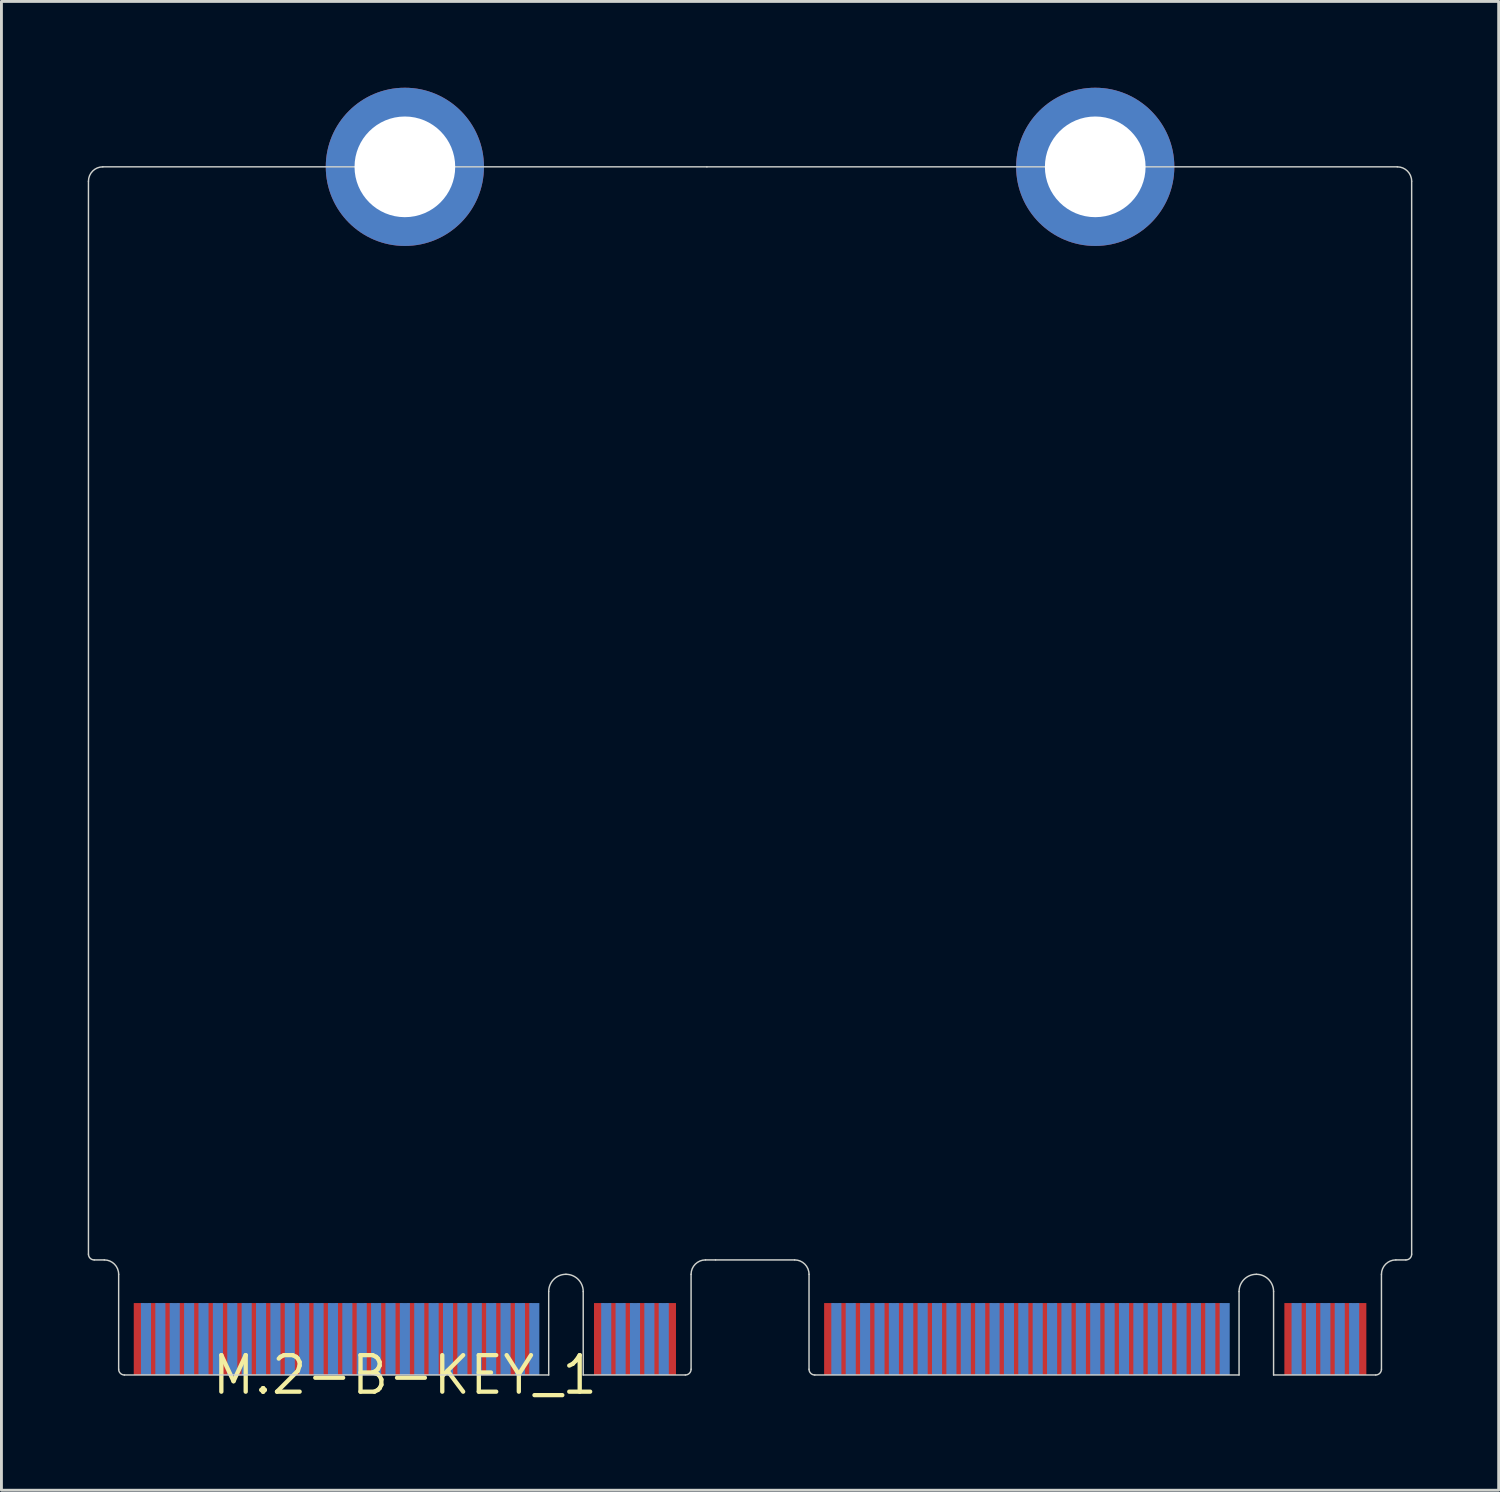
<source format=kicad_pcb>
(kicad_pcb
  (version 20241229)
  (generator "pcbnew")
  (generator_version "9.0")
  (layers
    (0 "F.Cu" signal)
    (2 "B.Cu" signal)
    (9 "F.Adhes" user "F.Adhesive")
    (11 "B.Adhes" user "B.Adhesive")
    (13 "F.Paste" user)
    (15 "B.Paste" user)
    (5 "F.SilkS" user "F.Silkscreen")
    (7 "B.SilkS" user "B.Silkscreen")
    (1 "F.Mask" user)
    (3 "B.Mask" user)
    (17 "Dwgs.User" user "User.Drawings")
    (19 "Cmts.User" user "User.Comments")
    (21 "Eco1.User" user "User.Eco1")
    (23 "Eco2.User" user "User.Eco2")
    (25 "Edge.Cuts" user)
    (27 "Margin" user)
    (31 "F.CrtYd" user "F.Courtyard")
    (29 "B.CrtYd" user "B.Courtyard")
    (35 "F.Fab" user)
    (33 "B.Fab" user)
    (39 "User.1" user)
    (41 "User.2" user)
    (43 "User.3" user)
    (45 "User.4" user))
  (footprint "M.2-B-KEY_1"
    (layer "F.Cu")
    (at 11.025 44.75)
    (property "Reference" "M.2-B-KEY_1" (at 0 0 0) (layer "F.SilkS") (effects (font (size 1.27 1.27) (thickness 0.15))))
    (attr through_hole)
    (fp_line (start -11 -41.5) (end -11 -4.2) (stroke (width 0.05) (type solid)) (layer "Edge.Cuts"))
    (fp_line (start -10.8 -4) (end -10.45 -4) (stroke (width 0.05) (type solid)) (layer "Edge.Cuts"))
    (fp_line (start -9.95 -3.5) (end -9.95 -0.2) (stroke (width 0.05) (type solid)) (layer "Edge.Cuts"))
    (fp_line (start -9.75 0) (end 5 0) (stroke (width 0.05) (type solid)) (layer "Edge.Cuts"))
    (fp_line (start 5 -2.9) (end 5 0) (stroke (width 0.05) (type solid)) (layer "Edge.Cuts"))
    (fp_line (start 6.2 -2.9) (end 6.2 0) (stroke (width 0.05) (type solid)) (layer "Edge.Cuts"))
    (fp_line (start 6.2 0) (end 9.75 0) (stroke (width 0.05) (type solid)) (layer "Edge.Cuts"))
    (fp_line (start 9.95 -0.2) (end 9.95 -3.5) (stroke (width 0.05) (type solid)) (layer "Edge.Cuts"))
    (fp_line (start 10.45 -4) (end 10.8 -4) (stroke (width 0.05) (type solid)) (layer "Edge.Cuts"))
    (fp_line (start 10.5 -42) (end -10.5 -42) (stroke (width 0.05) (type solid)) (layer "Edge.Cuts"))
    (fp_line (start 10.8 -4) (end 13.55 -4) (stroke (width 0.05) (type solid)) (layer "Edge.Cuts"))
    (fp_line (start 14.05 -3.5) (end 14.05 -0.2) (stroke (width 0.05) (type solid)) (layer "Edge.Cuts"))
    (fp_line (start 14.25 0) (end 29 0) (stroke (width 0.05) (type solid)) (layer "Edge.Cuts"))
    (fp_line (start 29 -2.9) (end 29 0) (stroke (width 0.05) (type solid)) (layer "Edge.Cuts"))
    (fp_line (start 30.2 -2.9) (end 30.2 0) (stroke (width 0.05) (type solid)) (layer "Edge.Cuts"))
    (fp_line (start 30.2 0) (end 33.75 0) (stroke (width 0.05) (type solid)) (layer "Edge.Cuts"))
    (fp_line (start 33.95 -0.2) (end 33.95 -3.5) (stroke (width 0.05) (type solid)) (layer "Edge.Cuts"))
    (fp_line (start 34.45 -4) (end 34.8 -4) (stroke (width 0.05) (type solid)) (layer "Edge.Cuts"))
    (fp_line (start 34.5 -42) (end 10.5 -42) (stroke (width 0.05) (type solid)) (layer "Edge.Cuts"))
    (fp_line (start 35 -4.2) (end 35 -41.5) (stroke (width 0.05) (type solid)) (layer "Edge.Cuts"))
    (fp_arc (start -11 -41.5) (mid -10.853553 -41.853553) (end -10.5 -42) (stroke (width 0.05) (type solid)) (layer "Edge.Cuts"))
    (fp_arc (start -10.8 -4) (mid -10.941421 -4.058579) (end -11 -4.2) (stroke (width 0.05) (type solid)) (layer "Edge.Cuts"))
    (fp_arc (start -10.45 -4) (mid -10.096447 -3.853553) (end -9.95 -3.5) (stroke (width 0.05) (type solid)) (layer "Edge.Cuts"))
    (fp_arc (start -9.75 0) (mid -9.891421 -0.058579) (end -9.95 -0.2) (stroke (width 0.05) (type solid)) (layer "Edge.Cuts"))
    (fp_arc (start 5 -2.9) (mid 5.175736 -3.324264) (end 5.6 -3.5) (stroke (width 0.05) (type solid)) (layer "Edge.Cuts"))
    (fp_arc (start 5.6 -3.5) (mid 6.024264 -3.324264) (end 6.2 -2.9) (stroke (width 0.05) (type solid)) (layer "Edge.Cuts"))
    (fp_arc (start 9.95 -3.5) (mid 10.096447 -3.853553) (end 10.45 -4) (stroke (width 0.05) (type solid)) (layer "Edge.Cuts"))
    (fp_arc (start 9.95 -0.2) (mid 9.891421 -0.058579) (end 9.75 0) (stroke (width 0.05) (type solid)) (layer "Edge.Cuts"))
    (fp_arc (start 13.55 -4) (mid 13.903553 -3.853553) (end 14.05 -3.5) (stroke (width 0.05) (type solid)) (layer "Edge.Cuts"))
    (fp_arc (start 14.25 0) (mid 14.10858 -0.058579) (end 14.05 -0.2) (stroke (width 0.05) (type solid)) (layer "Edge.Cuts"))
    (fp_arc (start 29 -2.9) (mid 29.175736 -3.324264) (end 29.6 -3.5) (stroke (width 0.05) (type solid)) (layer "Edge.Cuts"))
    (fp_arc (start 29.6 -3.5) (mid 30.024265 -3.324264) (end 30.2 -2.9) (stroke (width 0.05) (type solid)) (layer "Edge.Cuts"))
    (fp_arc (start 33.95 -3.5) (mid 34.096447 -3.853553) (end 34.45 -4) (stroke (width 0.05) (type solid)) (layer "Edge.Cuts"))
    (fp_arc (start 33.95 -0.2) (mid 33.891422 -0.058578) (end 33.75 0) (stroke (width 0.05) (type solid)) (layer "Edge.Cuts"))
    (fp_arc (start 34.5 -42) (mid 34.853554 -41.853554) (end 35 -41.5) (stroke (width 0.05) (type solid)) (layer "Edge.Cuts"))
    (fp_arc (start 35 -4.2) (mid 34.941422 -4.058578) (end 34.8 -4) (stroke (width 0.05) (type solid)) (layer "Edge.Cuts"))
    (pad "MP1" thru_hole circle (at 0 -42) (size 5.5 5.5) (drill 3.5) (layers "*.Cu" "*.Mask"))
    (pad "MP2" thru_hole circle (at 24 -42) (size 5.5 5.5) (drill 3.5) (layers "*.Cu" "*.Mask"))
    (pad "PA1" smd rect (at 33.25 -1.25) (size 0.35 2.5) (layers "F.Cu" "F.Mask" "F.Paste"))
    (pad "PA2" smd rect (at 33 -1.25) (size 0.35 2.5) (layers "B.Cu" "B.Mask" "B.Paste"))
    (pad "PA3" smd rect (at 32.75 -1.25) (size 0.35 2.5) (layers "F.Cu" "F.Mask" "F.Paste"))
    (pad "PA4" smd rect (at 32.5 -1.25) (size 0.35 2.5) (layers "B.Cu" "B.Mask" "B.Paste"))
    (pad "PA5" smd rect (at 32.25 -1.25) (size 0.35 2.5) (layers "F.Cu" "F.Mask" "F.Paste"))
    (pad "PA6" smd rect (at 32 -1.25) (size 0.35 2.5) (layers "B.Cu" "B.Mask" "B.Paste"))
    (pad "PA7" smd rect (at 31.75 -1.25) (size 0.35 2.5) (layers "F.Cu" "F.Mask" "F.Paste"))
    (pad "PA8" smd rect (at 31.5 -1.25) (size 0.35 2.5) (layers "B.Cu" "B.Mask" "B.Paste"))
    (pad "PA9" smd rect (at 31.25 -1.25) (size 0.35 2.5) (layers "F.Cu" "F.Mask" "F.Paste"))
    (pad "PA10" smd rect (at 31 -1.25) (size 0.35 2.5) (layers "B.Cu" "B.Mask" "B.Paste"))
    (pad "PA11" smd rect (at 30.75 -1.25) (size 0.35 2.5) (layers "F.Cu" "F.Mask" "F.Paste"))
    (pad "PA20" smd rect (at 28.5 -1.25) (size 0.35 2.5) (layers "B.Cu" "B.Mask" "B.Paste"))
    (pad "PA21" smd rect (at 28.25 -1.25) (size 0.35 2.5) (layers "F.Cu" "F.Mask" "F.Paste"))
    (pad "PA22" smd rect (at 28 -1.25) (size 0.35 2.5) (layers "B.Cu" "B.Mask" "B.Paste"))
    (pad "PA23" smd rect (at 27.75 -1.25) (size 0.35 2.5) (layers "F.Cu" "F.Mask" "F.Paste"))
    (pad "PA24" smd rect (at 27.5 -1.25) (size 0.35 2.5) (layers "B.Cu" "B.Mask" "B.Paste"))
    (pad "PA25" smd rect (at 27.25 -1.25) (size 0.35 2.5) (layers "F.Cu" "F.Mask" "F.Paste"))
    (pad "PA26" smd rect (at 27 -1.25) (size 0.35 2.5) (layers "B.Cu" "B.Mask" "B.Paste"))
    (pad "PA27" smd rect (at 26.75 -1.25) (size 0.35 2.5) (layers "F.Cu" "F.Mask" "F.Paste"))
    (pad "PA28" smd rect (at 26.5 -1.25) (size 0.35 2.5) (layers "B.Cu" "B.Mask" "B.Paste"))
    (pad "PA29" smd rect (at 26.25 -1.25) (size 0.35 2.5) (layers "F.Cu" "F.Mask" "F.Paste"))
    (pad "PA30" smd rect (at 26 -1.25) (size 0.35 2.5) (layers "B.Cu" "B.Mask" "B.Paste"))
    (pad "PA31" smd rect (at 25.75 -1.25) (size 0.35 2.5) (layers "F.Cu" "F.Mask" "F.Paste"))
    (pad "PA32" smd rect (at 25.5 -1.25) (size 0.35 2.5) (layers "B.Cu" "B.Mask" "B.Paste"))
    (pad "PA33" smd rect (at 25.25 -1.25) (size 0.35 2.5) (layers "F.Cu" "F.Mask" "F.Paste"))
    (pad "PA34" smd rect (at 25 -1.25) (size 0.35 2.5) (layers "B.Cu" "B.Mask" "B.Paste"))
    (pad "PA35" smd rect (at 24.75 -1.25) (size 0.35 2.5) (layers "F.Cu" "F.Mask" "F.Paste"))
    (pad "PA36" smd rect (at 24.5 -1.25) (size 0.35 2.5) (layers "B.Cu" "B.Mask" "B.Paste"))
    (pad "PA37" smd rect (at 24.25 -1.25) (size 0.35 2.5) (layers "F.Cu" "F.Mask" "F.Paste"))
    (pad "PA38" smd rect (at 24 -1.25) (size 0.35 2.5) (layers "B.Cu" "B.Mask" "B.Paste"))
    (pad "PA39" smd rect (at 23.75 -1.25) (size 0.35 2.5) (layers "F.Cu" "F.Mask" "F.Paste"))
    (pad "PA40" smd rect (at 23.5 -1.25) (size 0.35 2.5) (layers "B.Cu" "B.Mask" "B.Paste"))
    (pad "PA41" smd rect (at 23.25 -1.25) (size 0.35 2.5) (layers "F.Cu" "F.Mask" "F.Paste"))
    (pad "PA42" smd rect (at 23 -1.25) (size 0.35 2.5) (layers "B.Cu" "B.Mask" "B.Paste"))
    (pad "PA43" smd rect (at 22.75 -1.25) (size 0.35 2.5) (layers "F.Cu" "F.Mask" "F.Paste"))
    (pad "PA44" smd rect (at 22.5 -1.25) (size 0.35 2.5) (layers "B.Cu" "B.Mask" "B.Paste"))
    (pad "PA45" smd rect (at 22.25 -1.25) (size 0.35 2.5) (layers "F.Cu" "F.Mask" "F.Paste"))
    (pad "PA46" smd rect (at 22 -1.25) (size 0.35 2.5) (layers "B.Cu" "B.Mask" "B.Paste"))
    (pad "PA47" smd rect (at 21.75 -1.25) (size 0.35 2.5) (layers "F.Cu" "F.Mask" "F.Paste"))
    (pad "PA48" smd rect (at 21.5 -1.25) (size 0.35 2.5) (layers "B.Cu" "B.Mask" "B.Paste"))
    (pad "PA49" smd rect (at 21.25 -1.25) (size 0.35 2.5) (layers "F.Cu" "F.Mask" "F.Paste"))
    (pad "PA50" smd rect (at 21 -1.25) (size 0.35 2.5) (layers "B.Cu" "B.Mask" "B.Paste"))
    (pad "PA51" smd rect (at 20.75 -1.25) (size 0.35 2.5) (layers "F.Cu" "F.Mask" "F.Paste"))
    (pad "PA52" smd rect (at 20.5 -1.25) (size 0.35 2.5) (layers "B.Cu" "B.Mask" "B.Paste"))
    (pad "PA53" smd rect (at 20.25 -1.25) (size 0.35 2.5) (layers "F.Cu" "F.Mask" "F.Paste"))
    (pad "PA54" smd rect (at 20 -1.25) (size 0.35 2.5) (layers "B.Cu" "B.Mask" "B.Paste"))
    (pad "PA55" smd rect (at 19.75 -1.25) (size 0.35 2.5) (layers "F.Cu" "F.Mask" "F.Paste"))
    (pad "PA56" smd rect (at 19.5 -1.25) (size 0.35 2.5) (layers "B.Cu" "B.Mask" "B.Paste"))
    (pad "PA57" smd rect (at 19.25 -1.25) (size 0.35 2.5) (layers "F.Cu" "F.Mask" "F.Paste"))
    (pad "PA58" smd rect (at 19 -1.25) (size 0.35 2.5) (layers "B.Cu" "B.Mask" "B.Paste"))
    (pad "PA59" smd rect (at 18.75 -1.25) (size 0.35 2.5) (layers "F.Cu" "F.Mask" "F.Paste"))
    (pad "PA60" smd rect (at 18.5 -1.25) (size 0.35 2.5) (layers "B.Cu" "B.Mask" "B.Paste"))
    (pad "PA61" smd rect (at 18.25 -1.25) (size 0.35 2.5) (layers "F.Cu" "F.Mask" "F.Paste"))
    (pad "PA62" smd rect (at 18 -1.25) (size 0.35 2.5) (layers "B.Cu" "B.Mask" "B.Paste"))
    (pad "PA63" smd rect (at 17.75 -1.25) (size 0.35 2.5) (layers "F.Cu" "F.Mask" "F.Paste"))
    (pad "PA64" smd rect (at 17.5 -1.25) (size 0.35 2.5) (layers "B.Cu" "B.Mask" "B.Paste"))
    (pad "PA65" smd rect (at 17.25 -1.25) (size 0.35 2.5) (layers "F.Cu" "F.Mask" "F.Paste"))
    (pad "PA66" smd rect (at 17 -1.25) (size 0.35 2.5) (layers "B.Cu" "B.Mask" "B.Paste"))
    (pad "PA67" smd rect (at 16.75 -1.25) (size 0.35 2.5) (layers "F.Cu" "F.Mask" "F.Paste"))
    (pad "PA68" smd rect (at 16.5 -1.25) (size 0.35 2.5) (layers "B.Cu" "B.Mask" "B.Paste"))
    (pad "PA69" smd rect (at 16.25 -1.25) (size 0.35 2.5) (layers "F.Cu" "F.Mask" "F.Paste"))
    (pad "PA70" smd rect (at 16 -1.25) (size 0.35 2.5) (layers "B.Cu" "B.Mask" "B.Paste"))
    (pad "PA71" smd rect (at 15.75 -1.25) (size 0.35 2.5) (layers "F.Cu" "F.Mask" "F.Paste"))
    (pad "PA72" smd rect (at 15.5 -1.25) (size 0.35 2.5) (layers "B.Cu" "B.Mask" "B.Paste"))
    (pad "PA73" smd rect (at 15.25 -1.25) (size 0.35 2.5) (layers "F.Cu" "F.Mask" "F.Paste"))
    (pad "PA74" smd rect (at 15 -1.25) (size 0.35 2.5) (layers "B.Cu" "B.Mask" "B.Paste"))
    (pad "PA75" smd rect (at 14.75 -1.25) (size 0.35 2.5) (layers "F.Cu" "F.Mask" "F.Paste"))
    (pad "PB1" smd rect (at 9.25 -1.25) (size 0.35 2.5) (layers "F.Cu" "F.Mask" "F.Paste"))
    (pad "PB2" smd rect (at 9 -1.25) (size 0.35 2.5) (layers "B.Cu" "B.Mask" "B.Paste"))
    (pad "PB3" smd rect (at 8.75 -1.25) (size 0.35 2.5) (layers "F.Cu" "F.Mask" "F.Paste"))
    (pad "PB4" smd rect (at 8.5 -1.25) (size 0.35 2.5) (layers "B.Cu" "B.Mask" "B.Paste"))
    (pad "PB5" smd rect (at 8.25 -1.25) (size 0.35 2.5) (layers "F.Cu" "F.Mask" "F.Paste"))
    (pad "PB6" smd rect (at 8 -1.25) (size 0.35 2.5) (layers "B.Cu" "B.Mask" "B.Paste"))
    (pad "PB7" smd rect (at 7.75 -1.25) (size 0.35 2.5) (layers "F.Cu" "F.Mask" "F.Paste"))
    (pad "PB8" smd rect (at 7.5 -1.25) (size 0.35 2.5) (layers "B.Cu" "B.Mask" "B.Paste"))
    (pad "PB9" smd rect (at 7.25 -1.25) (size 0.35 2.5) (layers "F.Cu" "F.Mask" "F.Paste"))
    (pad "PB10" smd rect (at 7 -1.25) (size 0.35 2.5) (layers "B.Cu" "B.Mask" "B.Paste"))
    (pad "PB11" smd rect (at 6.75 -1.25) (size 0.35 2.5) (layers "F.Cu" "F.Mask" "F.Paste"))
    (pad "PB20" smd rect (at 4.5 -1.25) (size 0.35 2.5) (layers "B.Cu" "B.Mask" "B.Paste"))
    (pad "PB21" smd rect (at 4.25 -1.25) (size 0.35 2.5) (layers "F.Cu" "F.Mask" "F.Paste"))
    (pad "PB22" smd rect (at 4 -1.25) (size 0.35 2.5) (layers "B.Cu" "B.Mask" "B.Paste"))
    (pad "PB23" smd rect (at 3.75 -1.25) (size 0.35 2.5) (layers "F.Cu" "F.Mask" "F.Paste"))
    (pad "PB24" smd rect (at 3.5 -1.25) (size 0.35 2.5) (layers "B.Cu" "B.Mask" "B.Paste"))
    (pad "PB25" smd rect (at 3.25 -1.25) (size 0.35 2.5) (layers "F.Cu" "F.Mask" "F.Paste"))
    (pad "PB26" smd rect (at 3 -1.25) (size 0.35 2.5) (layers "B.Cu" "B.Mask" "B.Paste"))
    (pad "PB27" smd rect (at 2.75 -1.25) (size 0.35 2.5) (layers "F.Cu" "F.Mask" "F.Paste"))
    (pad "PB28" smd rect (at 2.5 -1.25) (size 0.35 2.5) (layers "B.Cu" "B.Mask" "B.Paste"))
    (pad "PB29" smd rect (at 2.25 -1.25) (size 0.35 2.5) (layers "F.Cu" "F.Mask" "F.Paste"))
    (pad "PB30" smd rect (at 2 -1.25) (size 0.35 2.5) (layers "B.Cu" "B.Mask" "B.Paste"))
    (pad "PB31" smd rect (at 1.75 -1.25) (size 0.35 2.5) (layers "F.Cu" "F.Mask" "F.Paste"))
    (pad "PB32" smd rect (at 1.5 -1.25) (size 0.35 2.5) (layers "B.Cu" "B.Mask" "B.Paste"))
    (pad "PB33" smd rect (at 1.25 -1.25) (size 0.35 2.5) (layers "F.Cu" "F.Mask" "F.Paste"))
    (pad "PB34" smd rect (at 1 -1.25) (size 0.35 2.5) (layers "B.Cu" "B.Mask" "B.Paste"))
    (pad "PB35" smd rect (at 0.75 -1.25) (size 0.35 2.5) (layers "F.Cu" "F.Mask" "F.Paste"))
    (pad "PB36" smd rect (at 0.5 -1.25) (size 0.35 2.5) (layers "B.Cu" "B.Mask" "B.Paste"))
    (pad "PB37" smd rect (at 0.25 -1.25) (size 0.35 2.5) (layers "F.Cu" "F.Mask" "F.Paste"))
    (pad "PB38" smd rect (at 0 -1.25) (size 0.35 2.5) (layers "B.Cu" "B.Mask" "B.Paste"))
    (pad "PB39" smd rect (at -0.25 -1.25) (size 0.35 2.5) (layers "F.Cu" "F.Mask" "F.Paste"))
    (pad "PB40" smd rect (at -0.5 -1.25) (size 0.35 2.5) (layers "B.Cu" "B.Mask" "B.Paste"))
    (pad "PB41" smd rect (at -0.75 -1.25) (size 0.35 2.5) (layers "F.Cu" "F.Mask" "F.Paste"))
    (pad "PB42" smd rect (at -1 -1.25) (size 0.35 2.5) (layers "B.Cu" "B.Mask" "B.Paste"))
    (pad "PB43" smd rect (at -1.25 -1.25) (size 0.35 2.5) (layers "F.Cu" "F.Mask" "F.Paste"))
    (pad "PB44" smd rect (at -1.5 -1.25) (size 0.35 2.5) (layers "B.Cu" "B.Mask" "B.Paste"))
    (pad "PB45" smd rect (at -1.75 -1.25) (size 0.35 2.5) (layers "F.Cu" "F.Mask" "F.Paste"))
    (pad "PB46" smd rect (at -2 -1.25) (size 0.35 2.5) (layers "B.Cu" "B.Mask" "B.Paste"))
    (pad "PB47" smd rect (at -2.25 -1.25) (size 0.35 2.5) (layers "F.Cu" "F.Mask" "F.Paste"))
    (pad "PB48" smd rect (at -2.5 -1.25) (size 0.35 2.5) (layers "B.Cu" "B.Mask" "B.Paste"))
    (pad "PB49" smd rect (at -2.75 -1.25) (size 0.35 2.5) (layers "F.Cu" "F.Mask" "F.Paste"))
    (pad "PB50" smd rect (at -3 -1.25) (size 0.35 2.5) (layers "B.Cu" "B.Mask" "B.Paste"))
    (pad "PB51" smd rect (at -3.25 -1.25) (size 0.35 2.5) (layers "F.Cu" "F.Mask" "F.Paste"))
    (pad "PB52" smd rect (at -3.5 -1.25) (size 0.35 2.5) (layers "B.Cu" "B.Mask" "B.Paste"))
    (pad "PB53" smd rect (at -3.75 -1.25) (size 0.35 2.5) (layers "F.Cu" "F.Mask" "F.Paste"))
    (pad "PB54" smd rect (at -4 -1.25) (size 0.35 2.5) (layers "B.Cu" "B.Mask" "B.Paste"))
    (pad "PB55" smd rect (at -4.25 -1.25) (size 0.35 2.5) (layers "F.Cu" "F.Mask" "F.Paste"))
    (pad "PB56" smd rect (at -4.5 -1.25) (size 0.35 2.5) (layers "B.Cu" "B.Mask" "B.Paste"))
    (pad "PB57" smd rect (at -4.75 -1.25) (size 0.35 2.5) (layers "F.Cu" "F.Mask" "F.Paste"))
    (pad "PB58" smd rect (at -5 -1.25) (size 0.35 2.5) (layers "B.Cu" "B.Mask" "B.Paste"))
    (pad "PB59" smd rect (at -5.25 -1.25) (size 0.35 2.5) (layers "F.Cu" "F.Mask" "F.Paste"))
    (pad "PB60" smd rect (at -5.5 -1.25) (size 0.35 2.5) (layers "B.Cu" "B.Mask" "B.Paste"))
    (pad "PB61" smd rect (at -5.75 -1.25) (size 0.35 2.5) (layers "F.Cu" "F.Mask" "F.Paste"))
    (pad "PB62" smd rect (at -6 -1.25) (size 0.35 2.5) (layers "B.Cu" "B.Mask" "B.Paste"))
    (pad "PB63" smd rect (at -6.25 -1.25) (size 0.35 2.5) (layers "F.Cu" "F.Mask" "F.Paste"))
    (pad "PB64" smd rect (at -6.5 -1.25) (size 0.35 2.5) (layers "B.Cu" "B.Mask" "B.Paste"))
    (pad "PB65" smd rect (at -6.75 -1.25) (size 0.35 2.5) (layers "F.Cu" "F.Mask" "F.Paste"))
    (pad "PB66" smd rect (at -7 -1.25) (size 0.35 2.5) (layers "B.Cu" "B.Mask" "B.Paste"))
    (pad "PB67" smd rect (at -7.25 -1.25) (size 0.35 2.5) (layers "F.Cu" "F.Mask" "F.Paste"))
    (pad "PB68" smd rect (at -7.5 -1.25) (size 0.35 2.5) (layers "B.Cu" "B.Mask" "B.Paste"))
    (pad "PB69" smd rect (at -7.75 -1.25) (size 0.35 2.5) (layers "F.Cu" "F.Mask" "F.Paste"))
    (pad "PB70" smd rect (at -8 -1.25) (size 0.35 2.5) (layers "B.Cu" "B.Mask" "B.Paste"))
    (pad "PB71" smd rect (at -8.25 -1.25) (size 0.35 2.5) (layers "F.Cu" "F.Mask" "F.Paste"))
    (pad "PB72" smd rect (at -8.5 -1.25) (size 0.35 2.5) (layers "B.Cu" "B.Mask" "B.Paste"))
    (pad "PB73" smd rect (at -8.75 -1.25) (size 0.35 2.5) (layers "F.Cu" "F.Mask" "F.Paste"))
    (pad "PB74" smd rect (at -9 -1.25) (size 0.35 2.5) (layers "B.Cu" "B.Mask" "B.Paste"))
    (pad "PB75" smd rect (at -9.25 -1.25) (size 0.35 2.5) (layers "F.Cu" "F.Mask" "F.Paste")))
  (gr_rect
    (start -3 -3)
    (end 49.05 48.756)
    (stroke (width 0.1) (type default))
    (fill no)
    (layer "Edge.Cuts")))
</source>
